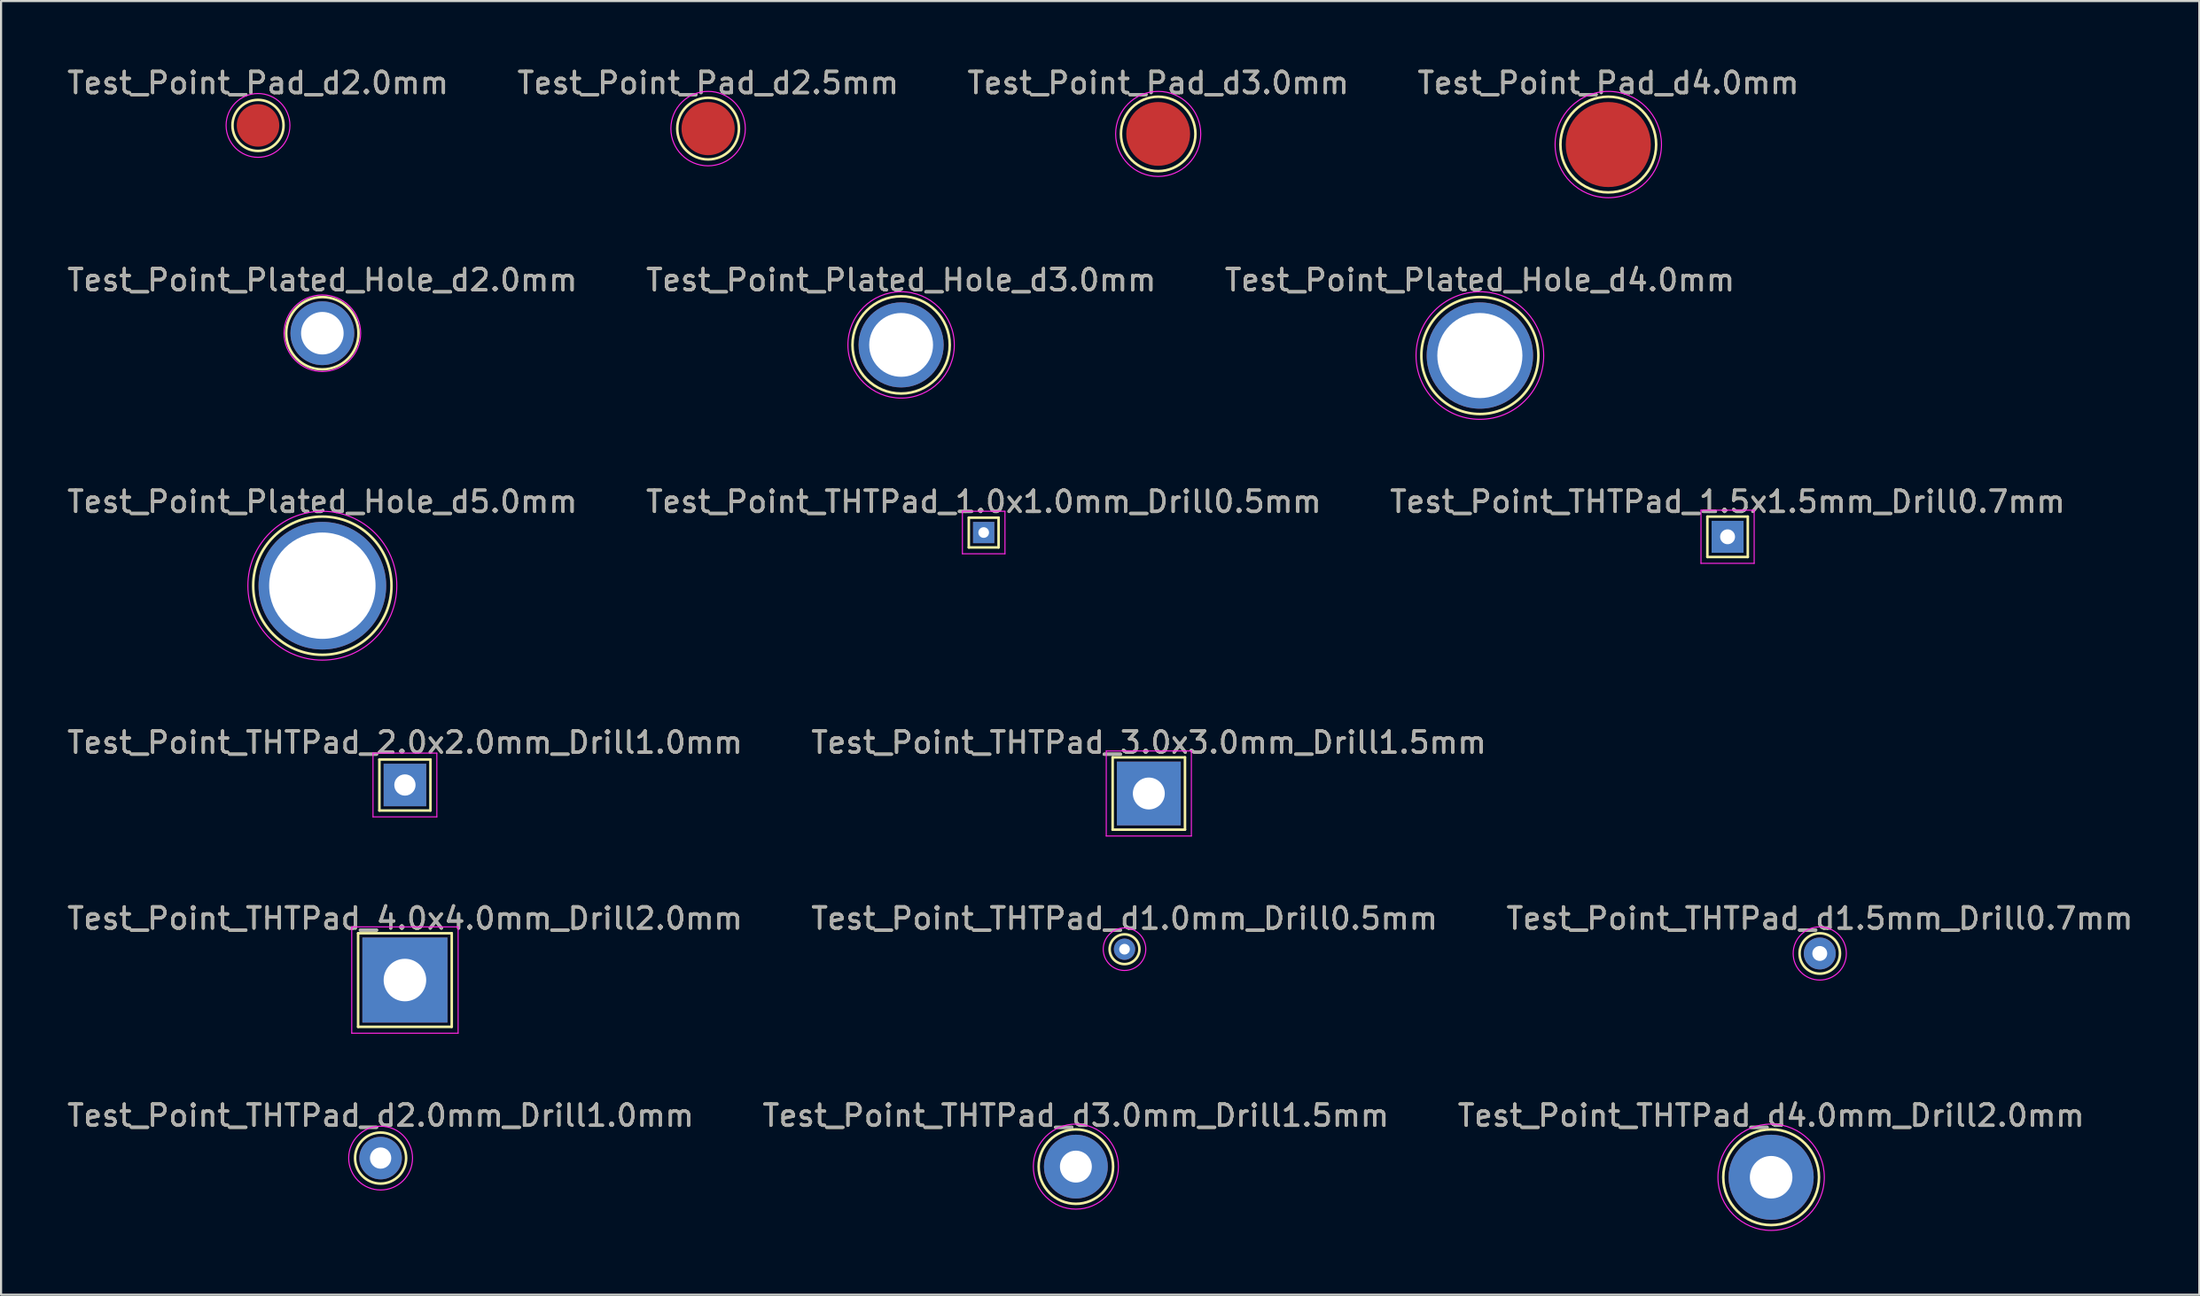
<source format=kicad_pcb>
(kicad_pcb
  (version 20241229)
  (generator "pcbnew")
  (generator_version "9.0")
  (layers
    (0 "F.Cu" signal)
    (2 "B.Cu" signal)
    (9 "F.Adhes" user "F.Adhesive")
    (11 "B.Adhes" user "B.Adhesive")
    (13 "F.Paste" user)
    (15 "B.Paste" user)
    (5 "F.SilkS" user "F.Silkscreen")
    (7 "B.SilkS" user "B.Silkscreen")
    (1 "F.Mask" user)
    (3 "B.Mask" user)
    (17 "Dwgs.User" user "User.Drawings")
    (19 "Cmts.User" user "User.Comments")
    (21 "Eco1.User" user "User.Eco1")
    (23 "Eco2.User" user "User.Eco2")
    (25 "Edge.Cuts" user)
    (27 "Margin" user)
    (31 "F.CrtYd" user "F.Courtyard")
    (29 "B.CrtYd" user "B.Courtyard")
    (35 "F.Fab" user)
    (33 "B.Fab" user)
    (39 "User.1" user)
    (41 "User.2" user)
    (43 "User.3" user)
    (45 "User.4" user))
  (footprint "Test_Point_THTPad_2.0x2.0mm_Drill1.0mm"
    (layer "F.Cu")
    (at 15.982 33.868)
    (property "Reference" "Test_Point_THTPad_2.0x2.0mm_Drill1.0mm" (at 0 -1.998 0) (layer "F.SilkS") (effects (font (size 1 1) (thickness 0.15))))
    (attr exclude_from_pos_files exclude_from_bom)
    (fp_line (start -1.2 -1.2) (end 1.2 -1.2) (stroke (width 0.12) (type solid)) (layer "F.SilkS"))
    (fp_line (start -1.2 1.2) (end -1.2 -1.2) (stroke (width 0.12) (type solid)) (layer "F.SilkS"))
    (fp_line (start 1.2 -1.2) (end 1.2 1.2) (stroke (width 0.12) (type solid)) (layer "F.SilkS"))
    (fp_line (start 1.2 1.2) (end -1.2 1.2) (stroke (width 0.12) (type solid)) (layer "F.SilkS"))
    (fp_line (start -1.5 -1.5) (end -1.5 1.5) (stroke (width 0.05) (type solid)) (layer "F.CrtYd"))
    (fp_line (start -1.5 -1.5) (end 1.5 -1.5) (stroke (width 0.05) (type solid)) (layer "F.CrtYd"))
    (fp_line (start 1.5 1.5) (end -1.5 1.5) (stroke (width 0.05) (type solid)) (layer "F.CrtYd"))
    (fp_line (start 1.5 1.5) (end 1.5 -1.5) (stroke (width 0.05) (type solid)) (layer "F.CrtYd"))
    (fp_text user "${REFERENCE}" (at 0 -2 0) (layer "F.Fab") (effects (font (size 1 1) (thickness 0.15))))
    (pad "" np_thru_hole rect (at 0 0) (size 2 2) (drill 1) (layers "*.Cu" "*.Mask")))
  (footprint "Test_Point_Plated_Hole_d5.0mm"
    (layer "F.Cu")
    (at 12.101 24.495)
    (property "Reference" "Test_Point_Plated_Hole_d5.0mm" (at 0 -3.948 0) (layer "F.SilkS") (effects (font (size 1 1) (thickness 0.15))))
    (attr exclude_from_pos_files exclude_from_bom)
    (fp_circle (center 0 0) (end 0 3.25) (stroke (width 0.12) (type solid)) (fill no) (layer "F.SilkS"))
    (fp_circle (center 0 0) (end 3.5 0) (stroke (width 0.05) (type solid)) (fill no) (layer "F.CrtYd"))
    (fp_text user "${REFERENCE}" (at 0 -3.95 0) (layer "F.Fab") (effects (font (size 1 1) (thickness 0.15))))
    (pad "1" thru_hole circle (at 0 0) (size 6 6) (drill 5) (layers "*.Cu" "*.Mask")))
  (footprint "Test_Point_Plated_Hole_d2.0mm"
    (layer "F.Cu")
    (at 12.101 12.621)
    (property "Reference" "Test_Point_Plated_Hole_d2.0mm" (at 0 -2.498 0) (layer "F.SilkS") (effects (font (size 1 1) (thickness 0.15))))
    (attr exclude_from_pos_files exclude_from_bom)
    (fp_circle (center 0 0) (end 0 -1.7) (stroke (width 0.12) (type solid)) (fill no) (layer "F.SilkS"))
    (fp_circle (center 0 0) (end 1.8 0) (stroke (width 0.05) (type solid)) (fill no) (layer "F.CrtYd"))
    (fp_text user "${REFERENCE}" (at 0 -2.5 0) (layer "F.Fab") (effects (font (size 1 1) (thickness 0.15))))
    (pad "1" thru_hole circle (at 0 0) (size 3 3) (drill 2) (layers "*.Cu" "*.Mask")))
  (footprint "Test_Point_Plated_Hole_d4.0mm"
    (layer "F.Cu")
    (at 66.506 13.671)
    (property "Reference" "Test_Point_Plated_Hole_d4.0mm" (at 0 -3.548 0) (layer "F.SilkS") (effects (font (size 1 1) (thickness 0.15))))
    (attr exclude_from_pos_files exclude_from_bom)
    (fp_circle (center 0 0) (end 0 2.75) (stroke (width 0.12) (type solid)) (fill no) (layer "F.SilkS"))
    (fp_circle (center 0 0) (end 3 0) (stroke (width 0.05) (type solid)) (fill no) (layer "F.CrtYd"))
    (fp_text user "${REFERENCE}" (at 0 -3.55 0) (layer "F.Fab") (effects (font (size 1 1) (thickness 0.15))))
    (pad "1" thru_hole circle (at 0 0) (size 5 5) (drill 4) (layers "*.Cu" "*.Mask")))
  (footprint "Test_Point_Pad_d2.5mm"
    (layer "F.Cu")
    (at 30.232 2.998)
    (property "Reference" "Test_Point_Pad_d2.5mm" (at 0 -2.148 0) (layer "F.SilkS") (effects (font (size 1 1) (thickness 0.15))))
    (attr exclude_from_pos_files exclude_from_bom)
    (fp_circle (center 0 0) (end 0 1.45) (stroke (width 0.12) (type solid)) (fill no) (layer "F.SilkS"))
    (fp_circle (center 0 0) (end 1.75 0) (stroke (width 0.05) (type solid)) (fill no) (layer "F.CrtYd"))
    (fp_text user "${REFERENCE}" (at 0 -2.15 0) (layer "F.Fab") (effects (font (size 1 1) (thickness 0.15))))
    (pad "1" smd circle (at 0 0) (size 2.5 2.5) (layers "F.Cu" "F.Mask")))
  (footprint "Test_Point_THTPad_1.0x1.0mm_Drill0.5mm"
    (layer "F.Cu")
    (at 43.185 21.995)
    (property "Reference" "Test_Point_THTPad_1.0x1.0mm_Drill0.5mm" (at 0 -1.448 0) (layer "F.SilkS") (effects (font (size 1 1) (thickness 0.15))))
    (attr exclude_from_pos_files exclude_from_bom)
    (fp_line (start -0.7 -0.7) (end 0.7 -0.7) (stroke (width 0.12) (type solid)) (layer "F.SilkS"))
    (fp_line (start -0.7 0.7) (end -0.7 -0.7) (stroke (width 0.12) (type solid)) (layer "F.SilkS"))
    (fp_line (start 0.7 -0.7) (end 0.7 0.7) (stroke (width 0.12) (type solid)) (layer "F.SilkS"))
    (fp_line (start 0.7 0.7) (end -0.7 0.7) (stroke (width 0.12) (type solid)) (layer "F.SilkS"))
    (fp_line (start -1 -1) (end -1 1) (stroke (width 0.05) (type solid)) (layer "F.CrtYd"))
    (fp_line (start -1 -1) (end 1 -1) (stroke (width 0.05) (type solid)) (layer "F.CrtYd"))
    (fp_line (start 1 1) (end -1 1) (stroke (width 0.05) (type solid)) (layer "F.CrtYd"))
    (fp_line (start 1 1) (end 1 -1) (stroke (width 0.05) (type solid)) (layer "F.CrtYd"))
    (fp_text user "${REFERENCE}" (at 0 -1.45 0) (layer "F.Fab") (effects (font (size 1 1) (thickness 0.15))))
    (pad "" np_thru_hole rect (at 0 0) (size 1 1) (drill 0.5) (layers "*.Cu" "*.Mask")))
  (footprint "Test_Point_Pad_d4.0mm"
    (layer "F.Cu")
    (at 72.542 3.748)
    (property "Reference" "Test_Point_Pad_d4.0mm" (at 0 -2.898 0) (layer "F.SilkS") (effects (font (size 1 1) (thickness 0.15))))
    (attr exclude_from_pos_files exclude_from_bom)
    (fp_circle (center 0 0) (end 0 2.25) (stroke (width 0.12) (type solid)) (fill no) (layer "F.SilkS"))
    (fp_circle (center 0 0) (end 2.5 0) (stroke (width 0.05) (type solid)) (fill no) (layer "F.CrtYd"))
    (fp_text user "${REFERENCE}" (at 0 -2.9 0) (layer "F.Fab") (effects (font (size 1 1) (thickness 0.15))))
    (pad "1" smd circle (at 0 0) (size 4 4) (layers "F.Cu" "F.Mask")))
  (footprint "Test_Point_THTPad_d2.0mm_Drill1.0mm"
    (layer "F.Cu")
    (at 14.839 51.414)
    (property "Reference" "Test_Point_THTPad_d2.0mm_Drill1.0mm" (at 0 -1.998 0) (layer "F.SilkS") (effects (font (size 1 1) (thickness 0.15))))
    (attr exclude_from_pos_files exclude_from_bom)
    (fp_circle (center 0 0) (end 0 1.2) (stroke (width 0.12) (type solid)) (fill no) (layer "F.SilkS"))
    (fp_circle (center 0 0) (end 1.5 0) (stroke (width 0.05) (type solid)) (fill no) (layer "F.CrtYd"))
    (fp_text user "${REFERENCE}" (at 0 -2 0) (layer "F.Fab") (effects (font (size 1 1) (thickness 0.15))))
    (pad "" np_thru_hole circle (at 0 0) (size 2 2) (drill 1) (layers "*.Cu" "*.Mask")))
  (footprint "Test_Point_Plated_Hole_d3.0mm"
    (layer "F.Cu")
    (at 39.304 13.171)
    (property "Reference" "Test_Point_Plated_Hole_d3.0mm" (at 0 -3.048 0) (layer "F.SilkS") (effects (font (size 1 1) (thickness 0.15))))
    (attr exclude_from_pos_files exclude_from_bom)
    (fp_circle (center 0 0) (end 0 -2.286) (stroke (width 0.12) (type solid)) (fill no) (layer "F.SilkS"))
    (fp_circle (center 0 0) (end 2.5 0) (stroke (width 0.05) (type solid)) (fill no) (layer "F.CrtYd"))
    (fp_text user "${REFERENCE}" (at 0 -3.05 0) (layer "F.Fab") (effects (font (size 1 1) (thickness 0.15))))
    (pad "1" thru_hole circle (at 0 0) (size 4 4) (drill 3) (layers "*.Cu" "*.Mask")))
  (footprint "Test_Point_THTPad_d1.0mm_Drill0.5mm"
    (layer "F.Cu")
    (at 49.804 41.591)
    (property "Reference" "Test_Point_THTPad_d1.0mm_Drill0.5mm" (at 0 -1.448 0) (layer "F.SilkS") (effects (font (size 1 1) (thickness 0.15))))
    (attr exclude_from_pos_files exclude_from_bom)
    (fp_circle (center 0 0) (end 0 0.7) (stroke (width 0.12) (type solid)) (fill no) (layer "F.SilkS"))
    (fp_circle (center 0 0) (end 1 0) (stroke (width 0.05) (type solid)) (fill no) (layer "F.CrtYd"))
    (fp_text user "${REFERENCE}" (at 0 -1.45 0) (layer "F.Fab") (effects (font (size 1 1) (thickness 0.15))))
    (pad "" np_thru_hole circle (at 0 0) (size 1 1) (drill 0.5) (layers "*.Cu" "*.Mask")))
  (footprint "Test_Point_THTPad_d3.0mm_Drill1.5mm"
    (layer "F.Cu")
    (at 47.518 51.815)
    (property "Reference" "Test_Point_THTPad_d3.0mm_Drill1.5mm" (at 0 -2.398 0) (layer "F.SilkS") (effects (font (size 1 1) (thickness 0.15))))
    (attr exclude_from_pos_files exclude_from_bom)
    (fp_circle (center 0 0) (end 0 1.75) (stroke (width 0.12) (type solid)) (fill no) (layer "F.SilkS"))
    (fp_circle (center 0 0) (end 2 0) (stroke (width 0.05) (type solid)) (fill no) (layer "F.CrtYd"))
    (fp_text user "${REFERENCE}" (at 0 -2.4 0) (layer "F.Fab") (effects (font (size 1 1) (thickness 0.15))))
    (pad "" np_thru_hole circle (at 0 0) (size 3 3) (drill 1.5) (layers "*.Cu" "*.Mask")))
  (footprint "Test_Point_THTPad_1.5x1.5mm_Drill0.7mm"
    (layer "F.Cu")
    (at 78.149 22.195)
    (property "Reference" "Test_Point_THTPad_1.5x1.5mm_Drill0.7mm" (at 0 -1.648 0) (layer "F.SilkS") (effects (font (size 1 1) (thickness 0.15))))
    (attr exclude_from_pos_files exclude_from_bom)
    (fp_line (start -0.95 -0.95) (end 0.95 -0.95) (stroke (width 0.12) (type solid)) (layer "F.SilkS"))
    (fp_line (start -0.95 0.95) (end -0.95 -0.95) (stroke (width 0.12) (type solid)) (layer "F.SilkS"))
    (fp_line (start 0.95 -0.95) (end 0.95 0.95) (stroke (width 0.12) (type solid)) (layer "F.SilkS"))
    (fp_line (start 0.95 0.95) (end -0.95 0.95) (stroke (width 0.12) (type solid)) (layer "F.SilkS"))
    (fp_line (start -1.25 -1.25) (end -1.25 1.25) (stroke (width 0.05) (type solid)) (layer "F.CrtYd"))
    (fp_line (start -1.25 -1.25) (end 1.25 -1.25) (stroke (width 0.05) (type solid)) (layer "F.CrtYd"))
    (fp_line (start 1.25 1.25) (end -1.25 1.25) (stroke (width 0.05) (type solid)) (layer "F.CrtYd"))
    (fp_line (start 1.25 1.25) (end 1.25 -1.25) (stroke (width 0.05) (type solid)) (layer "F.CrtYd"))
    (fp_text user "${REFERENCE}" (at 0 -1.65 0) (layer "F.Fab") (effects (font (size 1 1) (thickness 0.15))))
    (pad "" np_thru_hole rect (at 0 0) (size 1.5 1.5) (drill 0.7) (layers "*.Cu" "*.Mask")))
  (footprint "Test_Point_Pad_d2.0mm"
    (layer "F.Cu")
    (at 9.077 2.848)
    (property "Reference" "Test_Point_Pad_d2.0mm" (at 0 -1.998 0) (layer "F.SilkS") (effects (font (size 1 1) (thickness 0.15))))
    (attr exclude_from_pos_files exclude_from_bom)
    (fp_circle (center 0 0) (end 0 1.2) (stroke (width 0.12) (type solid)) (fill no) (layer "F.SilkS"))
    (fp_circle (center 0 0) (end 1.5 0) (stroke (width 0.05) (type solid)) (fill no) (layer "F.CrtYd"))
    (fp_text user "${REFERENCE}" (at 0 -2 0) (layer "F.Fab") (effects (font (size 1 1) (thickness 0.15))))
    (pad "1" smd circle (at 0 0) (size 2 2) (layers "F.Cu" "F.Mask")))
  (footprint "Test_Point_Pad_d3.0mm"
    (layer "F.Cu")
    (at 51.387 3.248)
    (property "Reference" "Test_Point_Pad_d3.0mm" (at 0 -2.398 0) (layer "F.SilkS") (effects (font (size 1 1) (thickness 0.15))))
    (attr exclude_from_pos_files exclude_from_bom)
    (fp_circle (center 0 0) (end 0 1.75) (stroke (width 0.12) (type solid)) (fill no) (layer "F.SilkS"))
    (fp_circle (center 0 0) (end 2 0) (stroke (width 0.05) (type solid)) (fill no) (layer "F.CrtYd"))
    (fp_text user "${REFERENCE}" (at 0 -2.4 0) (layer "F.Fab") (effects (font (size 1 1) (thickness 0.15))))
    (pad "1" smd circle (at 0 0) (size 3 3) (layers "F.Cu" "F.Mask")))
  (footprint "Test_Point_THTPad_3.0x3.0mm_Drill1.5mm"
    (layer "F.Cu")
    (at 50.946 34.268)
    (property "Reference" "Test_Point_THTPad_3.0x3.0mm_Drill1.5mm" (at 0 -2.398 0) (layer "F.SilkS") (effects (font (size 1 1) (thickness 0.15))))
    (attr exclude_from_pos_files exclude_from_bom)
    (fp_line (start -1.7 -1.7) (end 1.7 -1.7) (stroke (width 0.12) (type solid)) (layer "F.SilkS"))
    (fp_line (start -1.7 1.7) (end -1.7 -1.7) (stroke (width 0.12) (type solid)) (layer "F.SilkS"))
    (fp_line (start 1.7 -1.7) (end 1.7 1.7) (stroke (width 0.12) (type solid)) (layer "F.SilkS"))
    (fp_line (start 1.7 1.7) (end -1.7 1.7) (stroke (width 0.12) (type solid)) (layer "F.SilkS"))
    (fp_line (start -2 -2) (end -2 2) (stroke (width 0.05) (type solid)) (layer "F.CrtYd"))
    (fp_line (start -2 -2) (end 2 -2) (stroke (width 0.05) (type solid)) (layer "F.CrtYd"))
    (fp_line (start 2 2) (end -2 2) (stroke (width 0.05) (type solid)) (layer "F.CrtYd"))
    (fp_line (start 2 2) (end 2 -2) (stroke (width 0.05) (type solid)) (layer "F.CrtYd"))
    (fp_text user "${REFERENCE}" (at 0 -2.4 0) (layer "F.Fab") (effects (font (size 1 1) (thickness 0.15))))
    (pad "" np_thru_hole rect (at 0 0) (size 3 3) (drill 1.5) (layers "*.Cu" "*.Mask")))
  (footprint "Test_Point_THTPad_d4.0mm_Drill2.0mm"
    (layer "F.Cu")
    (at 80.196 52.315)
    (property "Reference" "Test_Point_THTPad_d4.0mm_Drill2.0mm" (at 0 -2.898 0) (layer "F.SilkS") (effects (font (size 1 1) (thickness 0.15))))
    (attr exclude_from_pos_files exclude_from_bom)
    (fp_circle (center 0 0) (end 0 2.25) (stroke (width 0.12) (type solid)) (fill no) (layer "F.SilkS"))
    (fp_circle (center 0 0) (end 2.5 0) (stroke (width 0.05) (type solid)) (fill no) (layer "F.CrtYd"))
    (fp_text user "${REFERENCE}" (at 0 -2.9 0) (layer "F.Fab") (effects (font (size 1 1) (thickness 0.15))))
    (pad "" np_thru_hole circle (at 0 0) (size 4 4) (drill 2) (layers "*.Cu" "*.Mask")))
  (footprint "Test_Point_THTPad_4.0x4.0mm_Drill2.0mm"
    (layer "F.Cu")
    (at 15.982 43.041)
    (property "Reference" "Test_Point_THTPad_4.0x4.0mm_Drill2.0mm" (at 0 -2.898 0) (layer "F.SilkS") (effects (font (size 1 1) (thickness 0.15))))
    (attr exclude_from_pos_files exclude_from_bom)
    (fp_line (start -2.2 -2.2) (end 2.2 -2.2) (stroke (width 0.12) (type solid)) (layer "F.SilkS"))
    (fp_line (start -2.2 2.2) (end -2.2 -2.2) (stroke (width 0.12) (type solid)) (layer "F.SilkS"))
    (fp_line (start 2.2 -2.2) (end 2.2 2.2) (stroke (width 0.12) (type solid)) (layer "F.SilkS"))
    (fp_line (start 2.2 2.2) (end -2.2 2.2) (stroke (width 0.12) (type solid)) (layer "F.SilkS"))
    (fp_line (start -2.5 -2.5) (end -2.5 2.5) (stroke (width 0.05) (type solid)) (layer "F.CrtYd"))
    (fp_line (start -2.5 -2.5) (end 2.5 -2.5) (stroke (width 0.05) (type solid)) (layer "F.CrtYd"))
    (fp_line (start 2.5 2.5) (end -2.5 2.5) (stroke (width 0.05) (type solid)) (layer "F.CrtYd"))
    (fp_line (start 2.5 2.5) (end 2.5 -2.5) (stroke (width 0.05) (type solid)) (layer "F.CrtYd"))
    (fp_text user "${REFERENCE}" (at 0 -2.9 0) (layer "F.Fab") (effects (font (size 1 1) (thickness 0.15))))
    (pad "" np_thru_hole rect (at 0 0) (size 4 4) (drill 2) (layers "*.Cu" "*.Mask")))
  (footprint "Test_Point_THTPad_d1.5mm_Drill0.7mm"
    (layer "F.Cu")
    (at 82.482 41.791)
    (property "Reference" "Test_Point_THTPad_d1.5mm_Drill0.7mm" (at 0 -1.648 0) (layer "F.SilkS") (effects (font (size 1 1) (thickness 0.15))))
    (attr exclude_from_pos_files exclude_from_bom)
    (fp_circle (center 0 0) (end 0 0.95) (stroke (width 0.12) (type solid)) (fill no) (layer "F.SilkS"))
    (fp_circle (center 0 0) (end 1.25 0) (stroke (width 0.05) (type solid)) (fill no) (layer "F.CrtYd"))
    (fp_text user "${REFERENCE}" (at 0 -1.65 0) (layer "F.Fab") (effects (font (size 1 1) (thickness 0.15))))
    (pad "" np_thru_hole circle (at 0 0) (size 1.5 1.5) (drill 0.7) (layers "*.Cu" "*.Mask")))
  (gr_rect
    (start -3 -3)
    (end 100.321 57.84)
    (stroke (width 0.1) (type default))
    (fill no)
    (layer "Edge.Cuts")))
</source>
